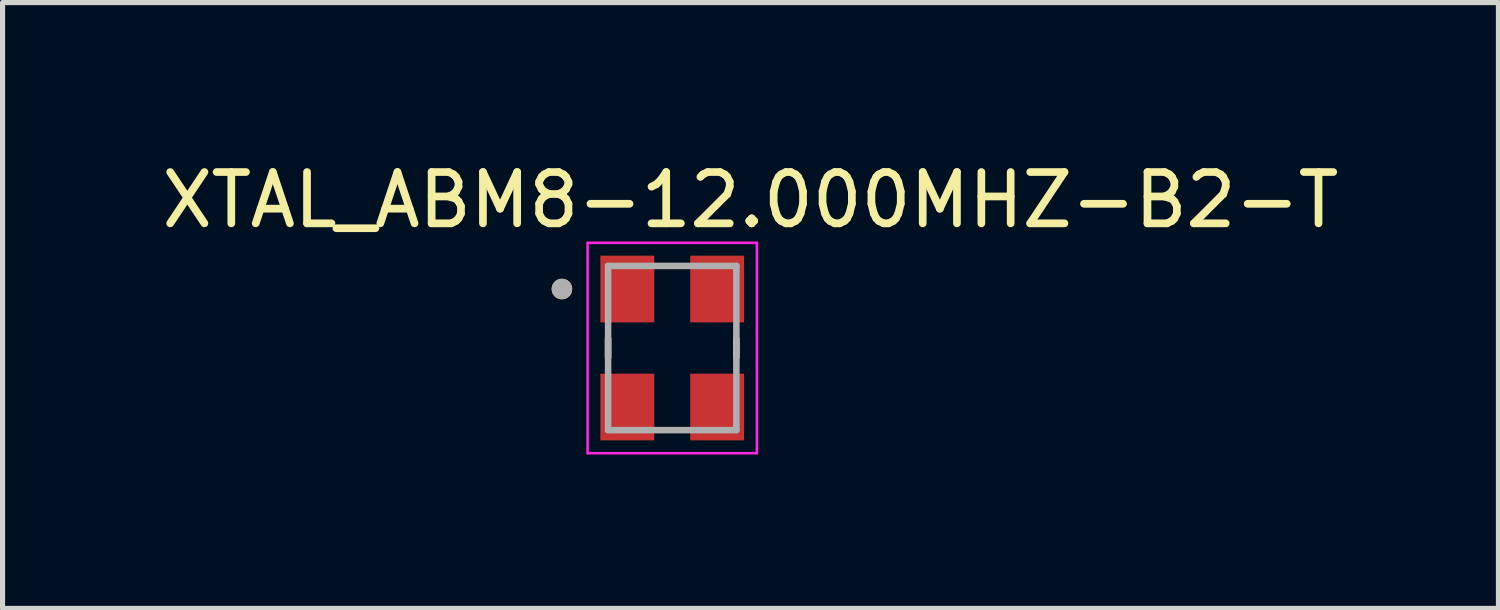
<source format=kicad_pcb>
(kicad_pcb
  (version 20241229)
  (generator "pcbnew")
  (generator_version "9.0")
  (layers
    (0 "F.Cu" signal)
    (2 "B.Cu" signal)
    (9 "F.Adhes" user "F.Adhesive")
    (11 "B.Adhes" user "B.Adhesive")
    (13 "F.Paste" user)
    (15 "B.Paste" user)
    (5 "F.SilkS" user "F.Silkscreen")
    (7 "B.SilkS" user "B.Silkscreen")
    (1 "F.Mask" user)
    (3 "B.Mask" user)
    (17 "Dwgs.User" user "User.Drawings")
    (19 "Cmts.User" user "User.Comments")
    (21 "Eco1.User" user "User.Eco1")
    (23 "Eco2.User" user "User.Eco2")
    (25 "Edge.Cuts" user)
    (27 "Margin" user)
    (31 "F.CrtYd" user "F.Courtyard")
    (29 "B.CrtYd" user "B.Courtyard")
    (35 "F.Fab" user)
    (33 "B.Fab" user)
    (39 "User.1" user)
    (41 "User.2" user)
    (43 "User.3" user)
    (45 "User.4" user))
  (footprint "XTAL_ABM8-12.000MHZ-B2-T"
    (layer "F.Cu")
    (at 10.052 3.733)
    (property "Reference" "XTAL_ABM8-12.000MHZ-B2-T" (at 1.525 -2.885 0) (layer "F.SilkS") (effects (font (size 1 1) (thickness 0.15))))
    (attr smd)
    (fp_line (start -1.25 -0.18) (end -1.25 0.18) (stroke (width 0.127) (type solid)) (layer "F.SilkS"))
    (fp_line (start 1.25 -0.18) (end 1.25 0.18) (stroke (width 0.127) (type solid)) (layer "F.SilkS"))
    (fp_circle (center -2.15 -1.15) (end -2.05 -1.15) (stroke (width 0.2) (type solid)) (fill no) (layer "F.SilkS"))
    (fp_line (start -1.65 -2.05) (end -1.65 2.05) (stroke (width 0.05) (type solid)) (layer "F.CrtYd"))
    (fp_line (start -1.65 -2.05) (end 1.65 -2.05) (stroke (width 0.05) (type solid)) (layer "F.CrtYd"))
    (fp_line (start 1.65 -2.05) (end 1.65 2.05) (stroke (width 0.05) (type solid)) (layer "F.CrtYd"))
    (fp_line (start 1.65 2.05) (end -1.65 2.05) (stroke (width 0.05) (type solid)) (layer "F.CrtYd"))
    (fp_line (start -1.25 -1.6) (end -1.25 1.6) (stroke (width 0.127) (type solid)) (layer "F.Fab"))
    (fp_line (start -1.25 -1.6) (end 1.25 -1.6) (stroke (width 0.127) (type solid)) (layer "F.Fab"))
    (fp_line (start 1.25 -1.6) (end 1.25 1.6) (stroke (width 0.127) (type solid)) (layer "F.Fab"))
    (fp_line (start 1.25 1.6) (end -1.25 1.6) (stroke (width 0.127) (type solid)) (layer "F.Fab"))
    (fp_circle (center -2.15 -1.15) (end -2.05 -1.15) (stroke (width 0.2) (type solid)) (fill no) (layer "F.Fab"))
    (pad "1" smd rect (at -0.875 -1.15) (size 1.05 1.3) (layers "F.Cu" "F.Mask" "F.Paste"))
    (pad "2" smd rect (at -0.875 1.15) (size 1.05 1.3) (layers "F.Cu" "F.Mask" "F.Paste"))
    (pad "3" smd rect (at 0.875 1.15) (size 1.05 1.3) (layers "F.Cu" "F.Mask" "F.Paste"))
    (pad "4" smd rect (at 0.875 -1.15) (size 1.05 1.3) (layers "F.Cu" "F.Mask" "F.Paste")))
  (gr_rect
    (start -3 -3)
    (end 26.155 8.808)
    (stroke (width 0.1) (type default))
    (fill no)
    (layer "Edge.Cuts")))
</source>
